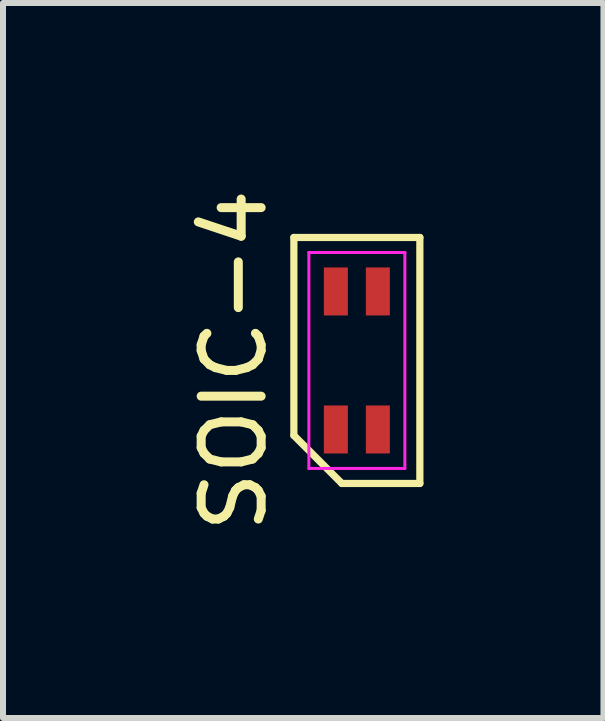
<source format=kicad_pcb>
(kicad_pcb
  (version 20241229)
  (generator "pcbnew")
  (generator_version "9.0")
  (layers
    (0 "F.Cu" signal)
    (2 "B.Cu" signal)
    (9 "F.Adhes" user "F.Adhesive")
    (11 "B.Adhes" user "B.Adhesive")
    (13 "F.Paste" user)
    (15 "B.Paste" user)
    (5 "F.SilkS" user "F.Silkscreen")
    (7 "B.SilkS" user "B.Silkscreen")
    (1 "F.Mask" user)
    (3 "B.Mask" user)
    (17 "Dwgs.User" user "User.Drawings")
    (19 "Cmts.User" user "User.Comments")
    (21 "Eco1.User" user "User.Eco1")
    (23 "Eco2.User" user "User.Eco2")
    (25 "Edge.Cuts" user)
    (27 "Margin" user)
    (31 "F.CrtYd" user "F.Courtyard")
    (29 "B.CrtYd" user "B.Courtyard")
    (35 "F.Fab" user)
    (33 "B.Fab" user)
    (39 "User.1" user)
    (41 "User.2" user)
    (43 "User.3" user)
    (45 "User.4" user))
  (footprint "SOIC-4"
    (layer "F.Cu")
    (at 2.898 2.958)
    (property "Reference" "SOIC-4" (at -2.05 0 90) (layer "F.SilkS") (effects (font (size 1 1) (thickness 0.15))))
    (attr smd)
    (fp_line (start -1.05 -2.05) (end 1.05 -2.05) (stroke (width 0.12) (type solid)) (layer "F.SilkS"))
    (fp_line (start -1.05 1.25) (end -1.05 -2.05) (stroke (width 0.12) (type solid)) (layer "F.SilkS"))
    (fp_line (start -0.25 2.05) (end -1.05 1.25) (stroke (width 0.12) (type solid)) (layer "F.SilkS"))
    (fp_line (start 1.05 -2.05) (end 1.05 2.05) (stroke (width 0.12) (type solid)) (layer "F.SilkS"))
    (fp_line (start 1.05 2.05) (end -0.25 2.05) (stroke (width 0.12) (type solid)) (layer "F.SilkS"))
    (fp_line (start -0.8 -1.8) (end 0.8 -1.8) (stroke (width 0.05) (type solid)) (layer "F.CrtYd"))
    (fp_line (start -0.8 1.8) (end -0.8 -1.8) (stroke (width 0.05) (type solid)) (layer "F.CrtYd"))
    (fp_line (start 0.8 -1.8) (end 0.8 1.8) (stroke (width 0.05) (type solid)) (layer "F.CrtYd"))
    (fp_line (start 0.8 1.8) (end -0.8 1.8) (stroke (width 0.05) (type solid)) (layer "F.CrtYd"))
    (pad "1" smd rect (at -0.35 1.15) (size 0.4 0.8) (layers "F.Cu" "F.Mask" "F.Paste"))
    (pad "2" smd rect (at 0.35 1.15) (size 0.4 0.8) (layers "F.Cu" "F.Mask" "F.Paste"))
    (pad "3" smd rect (at 0.35 -1.15) (size 0.4 0.8) (layers "F.Cu" "F.Mask" "F.Paste"))
    (pad "4" smd rect (at -0.35 -1.15) (size 0.4 0.8) (layers "F.Cu" "F.Mask" "F.Paste")))
  (gr_rect
    (start -3 -3)
    (end 7.008 8.917)
    (stroke (width 0.1) (type default))
    (fill no)
    (layer "Edge.Cuts")))
</source>
